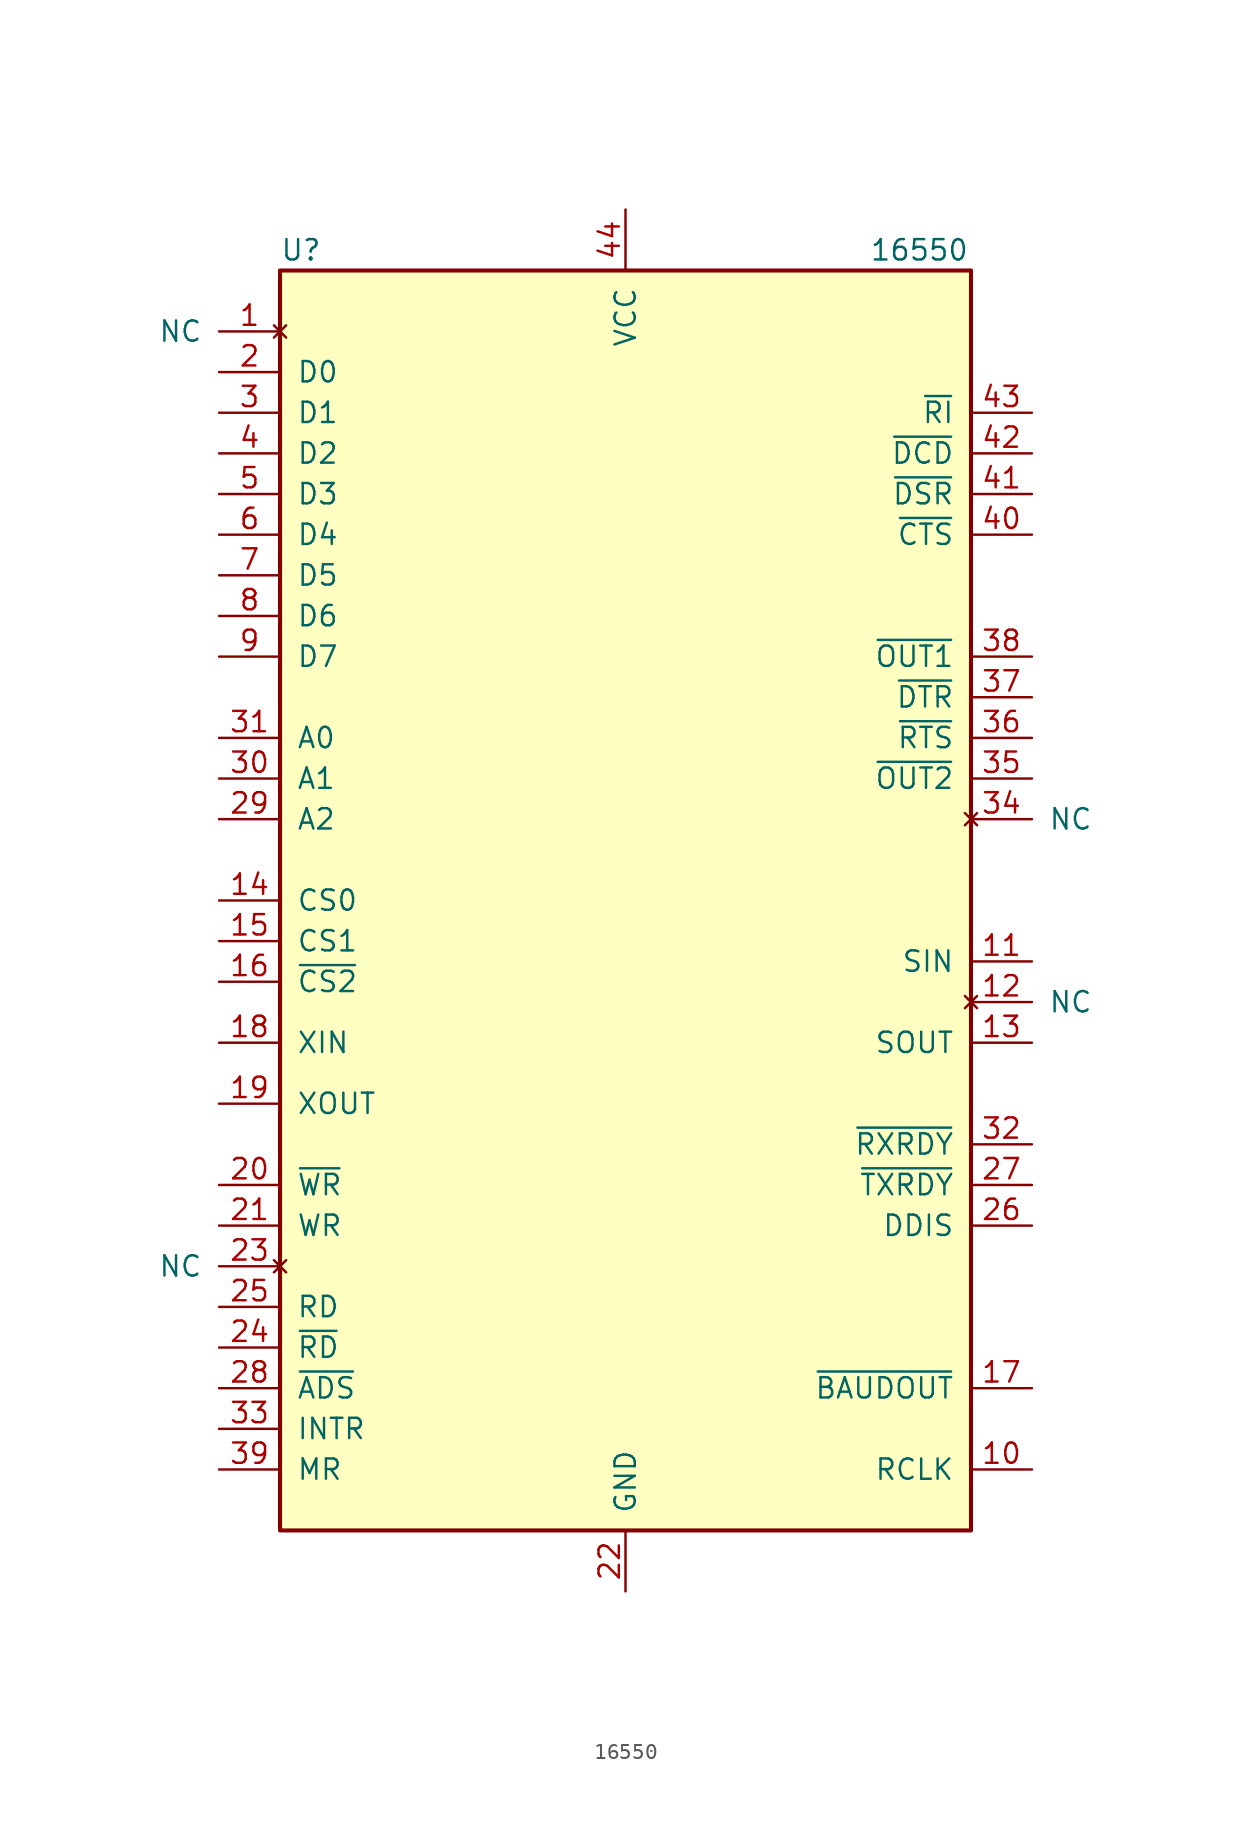
<source format=kicad_sym>
(kicad_symbol_lib
  (version 20211014)
  (generator kicad_symbol_editor)
  (symbol "16550"
    (pin_names
      (offset 1.016))
    (property "Reference" "U"
      (at -21.59 40.64 0)
      (effects (font (size 1.27 1.27)) (justify left)))
    (property "Value" "16550"
      (at 15.24 40.64 0)
      (effects (font (size 1.27 1.27)) (justify left)))
    (symbol "16550_0_1"
      (rectangle (start -21.59 -39.37) (end 21.59 39.37) (stroke (width 0.254) (type default) (color 0 0 0 0)) (fill (type background))))
    (symbol "16550_1_1"
      (pin no_connect line (at -21.59 35.56 180) (length 3.81) (name "NC" (effects (font (size 1.27 1.27)))) (number "1" (effects (font (size 1.27 1.27)))))
      (pin input line (at 25.4 -35.56 180) (length 3.81) (name "RCLK" (effects (font (size 1.27 1.27)))) (number "10" (effects (font (size 1.27 1.27)))))
      (pin input line (at 25.4 -3.81 180) (length 3.81) (name "SIN" (effects (font (size 1.27 1.27)))) (number "11" (effects (font (size 1.27 1.27)))))
      (pin no_connect line (at 21.59 -6.35 0) (length 3.81) (name "NC" (effects (font (size 1.27 1.27)))) (number "12" (effects (font (size 1.27 1.27)))))
      (pin output line (at 25.4 -8.89 180) (length 3.81) (name "SOUT" (effects (font (size 1.27 1.27)))) (number "13" (effects (font (size 1.27 1.27)))))
      (pin input line (at -25.4 0 0) (length 3.81) (name "CS0" (effects (font (size 1.27 1.27)))) (number "14" (effects (font (size 1.27 1.27)))))
      (pin input line (at -25.4 -2.54 0) (length 3.81) (name "CS1" (effects (font (size 1.27 1.27)))) (number "15" (effects (font (size 1.27 1.27)))))
      (pin input line (at -25.4 -5.08 0) (length 3.81) (name "~{CS2}" (effects (font (size 1.27 1.27)))) (number "16" (effects (font (size 1.27 1.27)))))
      (pin output line (at 25.4 -30.48 180) (length 3.81) (name "~{BAUDOUT}" (effects (font (size 1.27 1.27)))) (number "17" (effects (font (size 1.27 1.27)))))
      (pin input line (at -25.4 -8.89 0) (length 3.81) (name "XIN" (effects (font (size 1.27 1.27)))) (number "18" (effects (font (size 1.27 1.27)))))
      (pin output line (at -25.4 -12.7 0) (length 3.81) (name "XOUT" (effects (font (size 1.27 1.27)))) (number "19" (effects (font (size 1.27 1.27)))))
      (pin bidirectional line (at -25.4 33.02 0) (length 3.81) (name "D0" (effects (font (size 1.27 1.27)))) (number "2" (effects (font (size 1.27 1.27)))))
      (pin input line (at -25.4 -17.78 0) (length 3.81) (name "~{WR}" (effects (font (size 1.27 1.27)))) (number "20" (effects (font (size 1.27 1.27)))))
      (pin input line (at -25.4 -20.32 0) (length 3.81) (name "WR" (effects (font (size 1.27 1.27)))) (number "21" (effects (font (size 1.27 1.27)))))
      (pin power_in line (at 0 -43.18 90) (length 3.81) (name "GND" (effects (font (size 1.27 1.27)))) (number "22" (effects (font (size 1.27 1.27)))))
      (pin no_connect line (at -21.59 -22.86 180) (length 3.81) (name "NC" (effects (font (size 1.27 1.27)))) (number "23" (effects (font (size 1.27 1.27)))))
      (pin input line (at -25.4 -27.94 0) (length 3.81) (name "~{RD}" (effects (font (size 1.27 1.27)))) (number "24" (effects (font (size 1.27 1.27)))))
      (pin input line (at -25.4 -25.4 0) (length 3.81) (name "RD" (effects (font (size 1.27 1.27)))) (number "25" (effects (font (size 1.27 1.27)))))
      (pin output line (at 25.4 -20.32 180) (length 3.81) (name "DDIS" (effects (font (size 1.27 1.27)))) (number "26" (effects (font (size 1.27 1.27)))))
      (pin output line (at 25.4 -17.78 180) (length 3.81) (name "~{TXRDY}" (effects (font (size 1.27 1.27)))) (number "27" (effects (font (size 1.27 1.27)))))
      (pin input line (at -25.4 -30.48 0) (length 3.81) (name "~{ADS}" (effects (font (size 1.27 1.27)))) (number "28" (effects (font (size 1.27 1.27)))))
      (pin input line (at -25.4 5.08 0) (length 3.81) (name "A2" (effects (font (size 1.27 1.27)))) (number "29" (effects (font (size 1.27 1.27)))))
      (pin bidirectional line (at -25.4 30.48 0) (length 3.81) (name "D1" (effects (font (size 1.27 1.27)))) (number "3" (effects (font (size 1.27 1.27)))))
      (pin input line (at -25.4 7.62 0) (length 3.81) (name "A1" (effects (font (size 1.27 1.27)))) (number "30" (effects (font (size 1.27 1.27)))))
      (pin input line (at -25.4 10.16 0) (length 3.81) (name "A0" (effects (font (size 1.27 1.27)))) (number "31" (effects (font (size 1.27 1.27)))))
      (pin output line (at 25.4 -15.24 180) (length 3.81) (name "~{RXRDY}" (effects (font (size 1.27 1.27)))) (number "32" (effects (font (size 1.27 1.27)))))
      (pin output line (at -25.4 -33.02 0) (length 3.81) (name "INTR" (effects (font (size 1.27 1.27)))) (number "33" (effects (font (size 1.27 1.27)))))
      (pin no_connect line (at 21.59 5.08 0) (length 3.81) (name "NC" (effects (font (size 1.27 1.27)))) (number "34" (effects (font (size 1.27 1.27)))))
      (pin output line (at 25.4 7.62 180) (length 3.81) (name "~{OUT2}" (effects (font (size 1.27 1.27)))) (number "35" (effects (font (size 1.27 1.27)))))
      (pin output line (at 25.4 10.16 180) (length 3.81) (name "~{RTS}" (effects (font (size 1.27 1.27)))) (number "36" (effects (font (size 1.27 1.27)))))
      (pin output line (at 25.4 12.7 180) (length 3.81) (name "~{DTR}" (effects (font (size 1.27 1.27)))) (number "37" (effects (font (size 1.27 1.27)))))
      (pin output line (at 25.4 15.24 180) (length 3.81) (name "~{OUT1}" (effects (font (size 1.27 1.27)))) (number "38" (effects (font (size 1.27 1.27)))))
      (pin input line (at -25.4 -35.56 0) (length 3.81) (name "MR" (effects (font (size 1.27 1.27)))) (number "39" (effects (font (size 1.27 1.27)))))
      (pin bidirectional line (at -25.4 27.94 0) (length 3.81) (name "D2" (effects (font (size 1.27 1.27)))) (number "4" (effects (font (size 1.27 1.27)))))
      (pin input line (at 25.4 22.86 180) (length 3.81) (name "~{CTS}" (effects (font (size 1.27 1.27)))) (number "40" (effects (font (size 1.27 1.27)))))
      (pin input line (at 25.4 25.4 180) (length 3.81) (name "~{DSR}" (effects (font (size 1.27 1.27)))) (number "41" (effects (font (size 1.27 1.27)))))
      (pin input line (at 25.4 27.94 180) (length 3.81) (name "~{DCD}" (effects (font (size 1.27 1.27)))) (number "42" (effects (font (size 1.27 1.27)))))
      (pin input line (at 25.4 30.48 180) (length 3.81) (name "~{RI}" (effects (font (size 1.27 1.27)))) (number "43" (effects (font (size 1.27 1.27)))))
      (pin power_in line (at 0 43.18 270) (length 3.81) (name "VCC" (effects (font (size 1.27 1.27)))) (number "44" (effects (font (size 1.27 1.27)))))
      (pin bidirectional line (at -25.4 25.4 0) (length 3.81) (name "D3" (effects (font (size 1.27 1.27)))) (number "5" (effects (font (size 1.27 1.27)))))
      (pin bidirectional line (at -25.4 22.86 0) (length 3.81) (name "D4" (effects (font (size 1.27 1.27)))) (number "6" (effects (font (size 1.27 1.27)))))
      (pin bidirectional line (at -25.4 20.32 0) (length 3.81) (name "D5" (effects (font (size 1.27 1.27)))) (number "7" (effects (font (size 1.27 1.27)))))
      (pin bidirectional line (at -25.4 17.78 0) (length 3.81) (name "D6" (effects (font (size 1.27 1.27)))) (number "8" (effects (font (size 1.27 1.27)))))
      (pin bidirectional line (at -25.4 15.24 0) (length 3.81) (name "D7" (effects (font (size 1.27 1.27)))) (number "9" (effects (font (size 1.27 1.27))))))))
</source>
